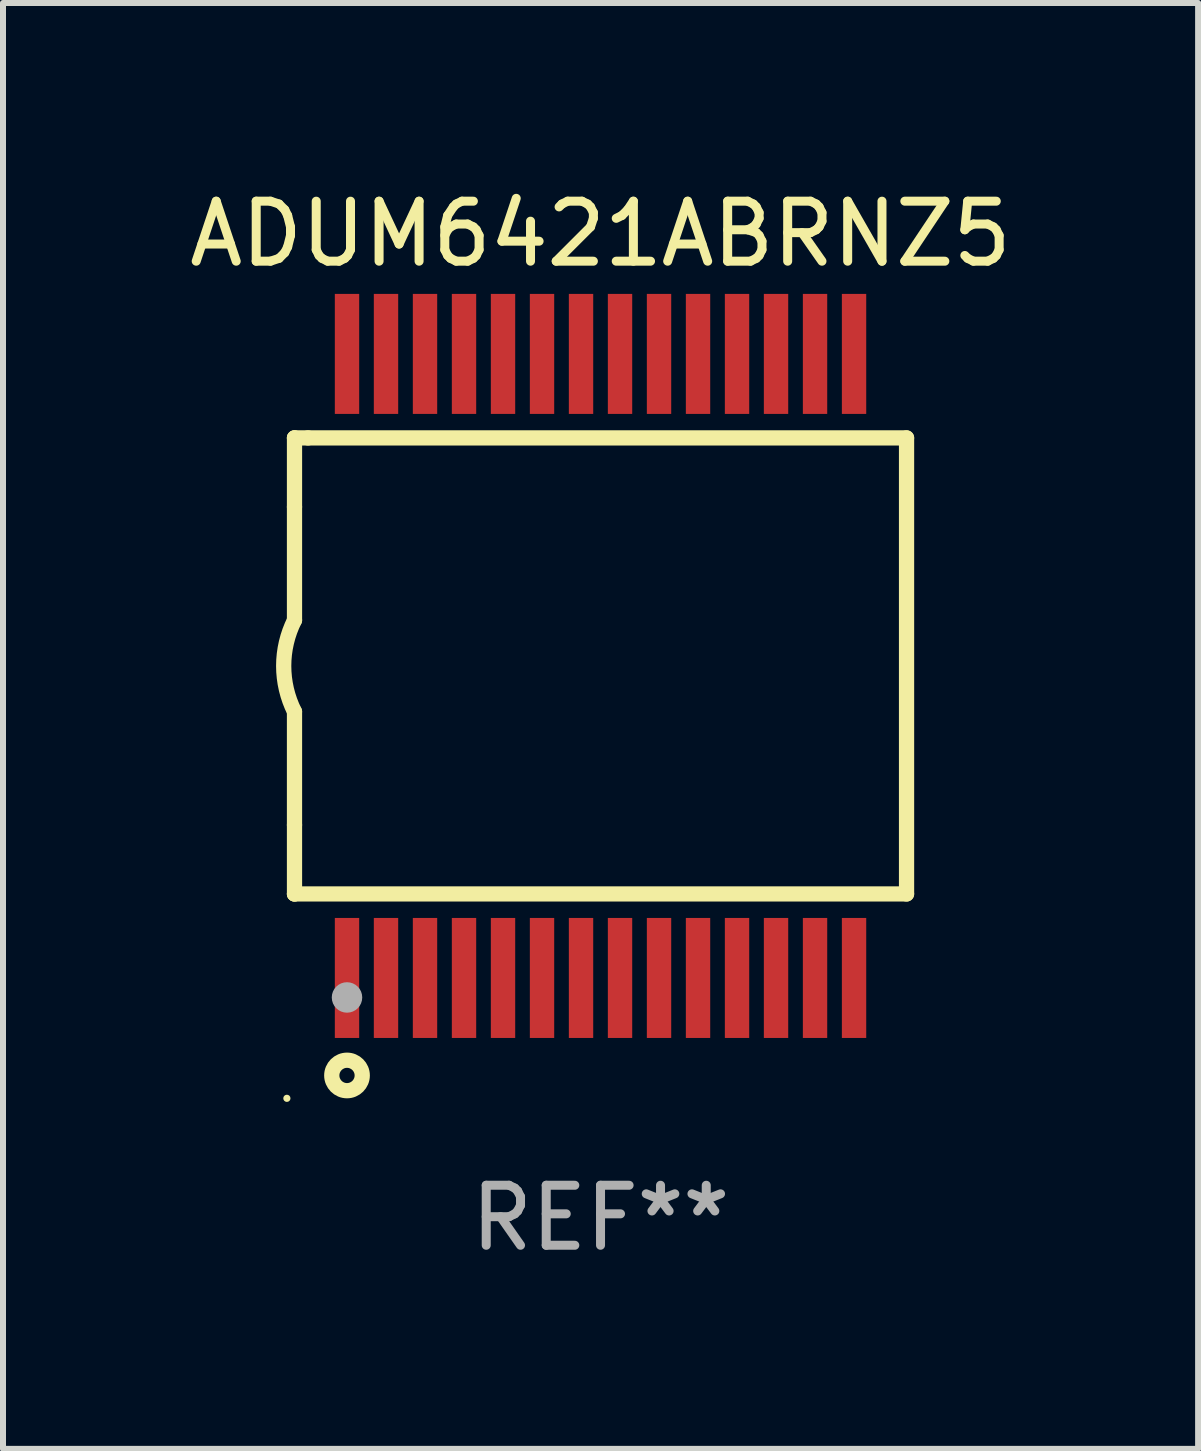
<source format=kicad_pcb>
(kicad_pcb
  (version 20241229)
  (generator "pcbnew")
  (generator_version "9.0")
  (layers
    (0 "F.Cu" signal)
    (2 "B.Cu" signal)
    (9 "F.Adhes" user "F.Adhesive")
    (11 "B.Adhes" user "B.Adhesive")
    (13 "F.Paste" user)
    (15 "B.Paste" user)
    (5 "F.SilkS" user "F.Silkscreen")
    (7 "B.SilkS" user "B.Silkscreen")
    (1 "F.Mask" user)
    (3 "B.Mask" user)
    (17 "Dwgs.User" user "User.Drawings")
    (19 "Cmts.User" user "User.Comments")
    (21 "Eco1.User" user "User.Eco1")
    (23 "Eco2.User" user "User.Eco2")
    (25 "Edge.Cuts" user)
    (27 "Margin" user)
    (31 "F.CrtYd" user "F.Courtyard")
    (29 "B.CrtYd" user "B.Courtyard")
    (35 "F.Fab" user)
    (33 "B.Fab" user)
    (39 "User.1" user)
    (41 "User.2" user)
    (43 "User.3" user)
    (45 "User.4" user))
  (footprint "ADUM6421ABRNZ5"
    (layer "F.Cu")
    (at 6.958 8.048)
    (property "Reference" "ADUM6421ABRNZ5" (at 0 -7.2 0) (layer "F.SilkS") (effects (font (size 1 1) (thickness 0.15))))
    (attr through_hole)
    (fp_line (start -5.1 -3.8) (end -5.1 -3.8) (stroke (width 0.254) (type solid)) (layer "F.SilkS"))
    (fp_line (start -5.1 -3.8) (end -4.875 -3.8) (stroke (width 0.254) (type solid)) (layer "F.SilkS"))
    (fp_line (start -5.1 -2.65) (end -5.1 -3.8) (stroke (width 0.254) (type solid)) (layer "F.SilkS"))
    (fp_line (start -5.1 3.8) (end -5.1 2.65) (stroke (width 0.254) (type solid)) (layer "F.SilkS"))
    (fp_line (start -5.1 3.8) (end -5.1 3.8) (stroke (width 0.254) (type solid)) (layer "F.SilkS"))
    (fp_line (start -5.1 -2.65) (end -5.1 -0.762) (stroke (width 0.254) (type solid)) (layer "F.SilkS"))
    (fp_line (start -5.1 2.65) (end -5.1 0.762) (stroke (width 0.254) (type solid)) (layer "F.SilkS"))
    (fp_line (start 5.1 -3.8) (end -4.875 -3.8) (stroke (width 0.254) (type solid)) (layer "F.SilkS"))
    (fp_line (start 5.1 3.8) (end 5.1 -3.8) (stroke (width 0.254) (type solid)) (layer "F.SilkS"))
    (fp_line (start 5.1 3.8) (end -5.1 3.8) (stroke (width 0.254) (type solid)) (layer "F.SilkS"))
    (fp_arc (start -5.10033 0.762001) (mid -5.280101 -0.000039) (end -5.1 -0.762002) (stroke (width 0.254001) (type solid)) (layer "F.SilkS"))
    (fp_circle (center -5.227 7.206) (end -5.197 7.206) (stroke (width 0.06) (type solid)) (fill no) (layer "F.SilkS"))
    (fp_circle (center -4.225 6.825) (end -3.971 6.825) (stroke (width 0.254) (type solid)) (fill no) (layer "F.SilkS"))
    (fp_circle (center -4.225 5.525) (end -4.098 5.525) (stroke (width 0.254) (type solid)) (fill no) (layer "F.Fab"))
    (fp_text user "REF**" (at 0 9.2 0) (layer "F.Fab") (effects (font (size 1 1) (thickness 0.15))))
    (pad "1" smd rect (at -4.225 5.2 90) (size 2 0.406) (layers "F.Cu" "F.Mask" "F.Paste"))
    (pad "2" smd rect (at -3.575 5.2 90) (size 2 0.406) (layers "F.Cu" "F.Mask" "F.Paste"))
    (pad "3" smd rect (at -2.925 5.2 90) (size 2 0.406) (layers "F.Cu" "F.Mask" "F.Paste"))
    (pad "4" smd rect (at -2.275 5.2 90) (size 2 0.406) (layers "F.Cu" "F.Mask" "F.Paste"))
    (pad "5" smd rect (at -1.625 5.2 90) (size 2 0.406) (layers "F.Cu" "F.Mask" "F.Paste"))
    (pad "6" smd rect (at -0.975 5.2 90) (size 2 0.406) (layers "F.Cu" "F.Mask" "F.Paste"))
    (pad "7" smd rect (at -0.325 5.2 90) (size 2 0.406) (layers "F.Cu" "F.Mask" "F.Paste"))
    (pad "8" smd rect (at 0.325 5.2 90) (size 2 0.406) (layers "F.Cu" "F.Mask" "F.Paste"))
    (pad "9" smd rect (at 0.975 5.2 90) (size 2 0.406) (layers "F.Cu" "F.Mask" "F.Paste"))
    (pad "10" smd rect (at 1.625 5.2 90) (size 2 0.406) (layers "F.Cu" "F.Mask" "F.Paste"))
    (pad "11" smd rect (at 2.275 5.2 90) (size 2 0.406) (layers "F.Cu" "F.Mask" "F.Paste"))
    (pad "12" smd rect (at 2.925 5.2 90) (size 2 0.406) (layers "F.Cu" "F.Mask" "F.Paste"))
    (pad "13" smd rect (at 3.575 5.2 90) (size 2 0.406) (layers "F.Cu" "F.Mask" "F.Paste"))
    (pad "14" smd rect (at 4.225 5.2 90) (size 2 0.406) (layers "F.Cu" "F.Mask" "F.Paste"))
    (pad "15" smd rect (at 4.225 -5.2 90) (size 2 0.406) (layers "F.Cu" "F.Mask" "F.Paste"))
    (pad "16" smd rect (at 3.575 -5.2 90) (size 2 0.406) (layers "F.Cu" "F.Mask" "F.Paste"))
    (pad "17" smd rect (at 2.925 -5.2 90) (size 2 0.406) (layers "F.Cu" "F.Mask" "F.Paste"))
    (pad "18" smd rect (at 2.275 -5.2 90) (size 2 0.406) (layers "F.Cu" "F.Mask" "F.Paste"))
    (pad "19" smd rect (at 1.625 -5.2 90) (size 2 0.406) (layers "F.Cu" "F.Mask" "F.Paste"))
    (pad "20" smd rect (at 0.975 -5.2 90) (size 2 0.406) (layers "F.Cu" "F.Mask" "F.Paste"))
    (pad "21" smd rect (at 0.325 -5.2 90) (size 2 0.406) (layers "F.Cu" "F.Mask" "F.Paste"))
    (pad "22" smd rect (at -0.325 -5.2 90) (size 2 0.406) (layers "F.Cu" "F.Mask" "F.Paste"))
    (pad "23" smd rect (at -0.975 -5.2 90) (size 2 0.406) (layers "F.Cu" "F.Mask" "F.Paste"))
    (pad "24" smd rect (at -1.625 -5.2 90) (size 2 0.406) (layers "F.Cu" "F.Mask" "F.Paste"))
    (pad "25" smd rect (at -2.275 -5.2 90) (size 2 0.406) (layers "F.Cu" "F.Mask" "F.Paste"))
    (pad "26" smd rect (at -2.925 -5.2 90) (size 2 0.406) (layers "F.Cu" "F.Mask" "F.Paste"))
    (pad "27" smd rect (at -3.575 -5.2 90) (size 2 0.406) (layers "F.Cu" "F.Mask" "F.Paste"))
    (pad "28" smd rect (at -4.225 -5.2 90) (size 2 0.406) (layers "F.Cu" "F.Mask" "F.Paste")))
  (gr_rect
    (start -3 -3)
    (end 16.917 21.096)
    (stroke (width 0.1) (type default))
    (fill no)
    (layer "Edge.Cuts")))
</source>
